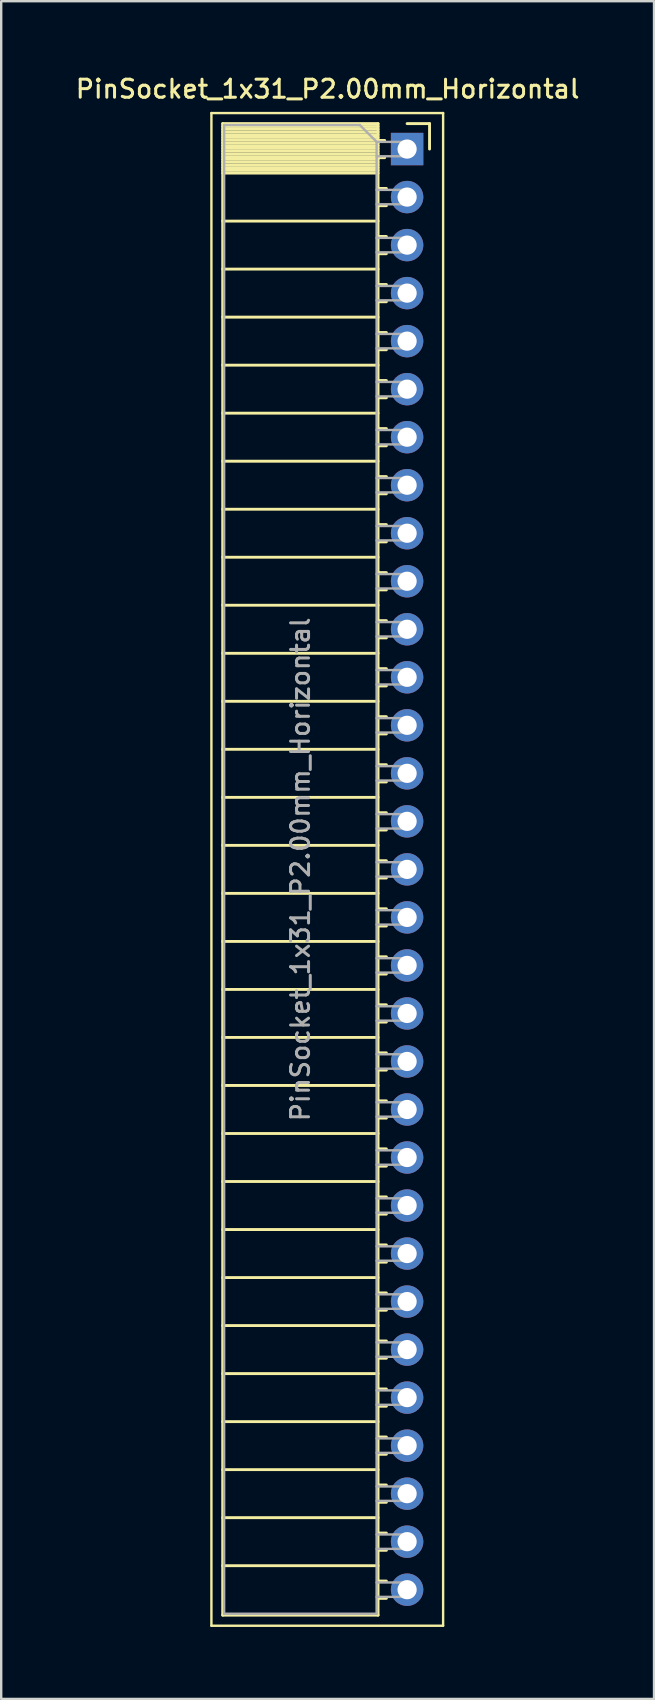
<source format=kicad_pcb>
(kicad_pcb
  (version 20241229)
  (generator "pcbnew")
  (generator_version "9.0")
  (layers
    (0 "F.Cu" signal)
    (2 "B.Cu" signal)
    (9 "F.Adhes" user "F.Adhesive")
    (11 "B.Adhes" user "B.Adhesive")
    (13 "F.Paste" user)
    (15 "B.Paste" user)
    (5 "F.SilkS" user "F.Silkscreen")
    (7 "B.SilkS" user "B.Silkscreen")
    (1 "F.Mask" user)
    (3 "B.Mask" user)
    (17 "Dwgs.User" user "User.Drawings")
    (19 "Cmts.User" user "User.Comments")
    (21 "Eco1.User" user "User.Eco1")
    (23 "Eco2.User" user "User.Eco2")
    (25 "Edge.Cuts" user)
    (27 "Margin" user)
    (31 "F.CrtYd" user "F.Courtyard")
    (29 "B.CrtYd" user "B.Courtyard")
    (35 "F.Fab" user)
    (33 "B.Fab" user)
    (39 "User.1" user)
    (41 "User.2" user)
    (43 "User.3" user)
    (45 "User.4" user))
  (footprint "PinSocket_1x31_P2.00mm_Horizontal"
    (layer "F.Cu")
    (at 13.905 3.158)
    (property "Reference" "PinSocket_1x31_P2.00mm_Horizontal" (at -3.31 -2.5 0) (layer "F.SilkS") (effects (font (size 0.75 0.75) (thickness 0.125))))
    (attr through_hole)
    (fp_line (start -8.15 -1.5) (end -8.15 61.5) (stroke (width 0.1) (type solid)) (layer "F.SilkS"))
    (fp_line (start -8.15 61.5) (end 1.5 61.5) (stroke (width 0.1) (type solid)) (layer "F.SilkS"))
    (fp_line (start -7.68 -1.06) (end -7.68 61.06) (stroke (width 0.12) (type solid)) (layer "F.SilkS"))
    (fp_line (start -7.68 -1.06) (end -1.21 -1.06) (stroke (width 0.12) (type solid)) (layer "F.SilkS"))
    (fp_line (start -7.68 -0.94) (end -1.21 -0.94) (stroke (width 0.12) (type solid)) (layer "F.SilkS"))
    (fp_line (start -7.68 -0.826) (end -1.21 -0.826) (stroke (width 0.12) (type solid)) (layer "F.SilkS"))
    (fp_line (start -7.68 -0.712) (end -1.21 -0.712) (stroke (width 0.12) (type solid)) (layer "F.SilkS"))
    (fp_line (start -7.68 -0.598) (end -1.21 -0.598) (stroke (width 0.12) (type solid)) (layer "F.SilkS"))
    (fp_line (start -7.68 -0.484) (end -1.21 -0.484) (stroke (width 0.12) (type solid)) (layer "F.SilkS"))
    (fp_line (start -7.68 -0.369) (end -1.21 -0.369) (stroke (width 0.12) (type solid)) (layer "F.SilkS"))
    (fp_line (start -7.68 -0.255) (end -1.21 -0.255) (stroke (width 0.12) (type solid)) (layer "F.SilkS"))
    (fp_line (start -7.68 -0.141) (end -1.21 -0.141) (stroke (width 0.12) (type solid)) (layer "F.SilkS"))
    (fp_line (start -7.68 -0.027) (end -1.21 -0.027) (stroke (width 0.12) (type solid)) (layer "F.SilkS"))
    (fp_line (start -7.68 0.087) (end -1.21 0.087) (stroke (width 0.12) (type solid)) (layer "F.SilkS"))
    (fp_line (start -7.68 0.201) (end -1.21 0.201) (stroke (width 0.12) (type solid)) (layer "F.SilkS"))
    (fp_line (start -7.68 0.315) (end -1.21 0.315) (stroke (width 0.12) (type solid)) (layer "F.SilkS"))
    (fp_line (start -7.68 0.429) (end -1.21 0.429) (stroke (width 0.12) (type solid)) (layer "F.SilkS"))
    (fp_line (start -7.68 0.544) (end -1.21 0.544) (stroke (width 0.12) (type solid)) (layer "F.SilkS"))
    (fp_line (start -7.68 0.658) (end -1.21 0.658) (stroke (width 0.12) (type solid)) (layer "F.SilkS"))
    (fp_line (start -7.68 0.772) (end -1.21 0.772) (stroke (width 0.12) (type solid)) (layer "F.SilkS"))
    (fp_line (start -7.68 0.886) (end -1.21 0.886) (stroke (width 0.12) (type solid)) (layer "F.SilkS"))
    (fp_line (start -7.68 1) (end -1.21 1) (stroke (width 0.12) (type solid)) (layer "F.SilkS"))
    (fp_line (start -7.68 3) (end -1.21 3) (stroke (width 0.12) (type solid)) (layer "F.SilkS"))
    (fp_line (start -7.68 5) (end -1.21 5) (stroke (width 0.12) (type solid)) (layer "F.SilkS"))
    (fp_line (start -7.68 7) (end -1.21 7) (stroke (width 0.12) (type solid)) (layer "F.SilkS"))
    (fp_line (start -7.68 9) (end -1.21 9) (stroke (width 0.12) (type solid)) (layer "F.SilkS"))
    (fp_line (start -7.68 11) (end -1.21 11) (stroke (width 0.12) (type solid)) (layer "F.SilkS"))
    (fp_line (start -7.68 13) (end -1.21 13) (stroke (width 0.12) (type solid)) (layer "F.SilkS"))
    (fp_line (start -7.68 15) (end -1.21 15) (stroke (width 0.12) (type solid)) (layer "F.SilkS"))
    (fp_line (start -7.68 17) (end -1.21 17) (stroke (width 0.12) (type solid)) (layer "F.SilkS"))
    (fp_line (start -7.68 19) (end -1.21 19) (stroke (width 0.12) (type solid)) (layer "F.SilkS"))
    (fp_line (start -7.68 21) (end -1.21 21) (stroke (width 0.12) (type solid)) (layer "F.SilkS"))
    (fp_line (start -7.68 23) (end -1.21 23) (stroke (width 0.12) (type solid)) (layer "F.SilkS"))
    (fp_line (start -7.68 25) (end -1.21 25) (stroke (width 0.12) (type solid)) (layer "F.SilkS"))
    (fp_line (start -7.68 27) (end -1.21 27) (stroke (width 0.12) (type solid)) (layer "F.SilkS"))
    (fp_line (start -7.68 29) (end -1.21 29) (stroke (width 0.12) (type solid)) (layer "F.SilkS"))
    (fp_line (start -7.68 31) (end -1.21 31) (stroke (width 0.12) (type solid)) (layer "F.SilkS"))
    (fp_line (start -7.68 33) (end -1.21 33) (stroke (width 0.12) (type solid)) (layer "F.SilkS"))
    (fp_line (start -7.68 35) (end -1.21 35) (stroke (width 0.12) (type solid)) (layer "F.SilkS"))
    (fp_line (start -7.68 37) (end -1.21 37) (stroke (width 0.12) (type solid)) (layer "F.SilkS"))
    (fp_line (start -7.68 39) (end -1.21 39) (stroke (width 0.12) (type solid)) (layer "F.SilkS"))
    (fp_line (start -7.68 41) (end -1.21 41) (stroke (width 0.12) (type solid)) (layer "F.SilkS"))
    (fp_line (start -7.68 43) (end -1.21 43) (stroke (width 0.12) (type solid)) (layer "F.SilkS"))
    (fp_line (start -7.68 45) (end -1.21 45) (stroke (width 0.12) (type solid)) (layer "F.SilkS"))
    (fp_line (start -7.68 47) (end -1.21 47) (stroke (width 0.12) (type solid)) (layer "F.SilkS"))
    (fp_line (start -7.68 49) (end -1.21 49) (stroke (width 0.12) (type solid)) (layer "F.SilkS"))
    (fp_line (start -7.68 51) (end -1.21 51) (stroke (width 0.12) (type solid)) (layer "F.SilkS"))
    (fp_line (start -7.68 53) (end -1.21 53) (stroke (width 0.12) (type solid)) (layer "F.SilkS"))
    (fp_line (start -7.68 55) (end -1.21 55) (stroke (width 0.12) (type solid)) (layer "F.SilkS"))
    (fp_line (start -7.68 57) (end -1.21 57) (stroke (width 0.12) (type solid)) (layer "F.SilkS"))
    (fp_line (start -7.68 59) (end -1.21 59) (stroke (width 0.12) (type solid)) (layer "F.SilkS"))
    (fp_line (start -7.68 61.06) (end -1.21 61.06) (stroke (width 0.12) (type solid)) (layer "F.SilkS"))
    (fp_line (start -1.21 -1.06) (end -1.21 61.06) (stroke (width 0.12) (type solid)) (layer "F.SilkS"))
    (fp_line (start -1.21 -0.36) (end -0.935 -0.36) (stroke (width 0.12) (type solid)) (layer "F.SilkS"))
    (fp_line (start -1.21 0.36) (end -0.935 0.36) (stroke (width 0.12) (type solid)) (layer "F.SilkS"))
    (fp_line (start -1.21 1.64) (end -0.863 1.64) (stroke (width 0.12) (type solid)) (layer "F.SilkS"))
    (fp_line (start -1.21 2.36) (end -0.863 2.36) (stroke (width 0.12) (type solid)) (layer "F.SilkS"))
    (fp_line (start -1.21 3.64) (end -0.863 3.64) (stroke (width 0.12) (type solid)) (layer "F.SilkS"))
    (fp_line (start -1.21 4.36) (end -0.863 4.36) (stroke (width 0.12) (type solid)) (layer "F.SilkS"))
    (fp_line (start -1.21 5.64) (end -0.863 5.64) (stroke (width 0.12) (type solid)) (layer "F.SilkS"))
    (fp_line (start -1.21 6.36) (end -0.863 6.36) (stroke (width 0.12) (type solid)) (layer "F.SilkS"))
    (fp_line (start -1.21 7.64) (end -0.863 7.64) (stroke (width 0.12) (type solid)) (layer "F.SilkS"))
    (fp_line (start -1.21 8.36) (end -0.863 8.36) (stroke (width 0.12) (type solid)) (layer "F.SilkS"))
    (fp_line (start -1.21 9.64) (end -0.863 9.64) (stroke (width 0.12) (type solid)) (layer "F.SilkS"))
    (fp_line (start -1.21 10.36) (end -0.863 10.36) (stroke (width 0.12) (type solid)) (layer "F.SilkS"))
    (fp_line (start -1.21 11.64) (end -0.863 11.64) (stroke (width 0.12) (type solid)) (layer "F.SilkS"))
    (fp_line (start -1.21 12.36) (end -0.863 12.36) (stroke (width 0.12) (type solid)) (layer "F.SilkS"))
    (fp_line (start -1.21 13.64) (end -0.863 13.64) (stroke (width 0.12) (type solid)) (layer "F.SilkS"))
    (fp_line (start -1.21 14.36) (end -0.863 14.36) (stroke (width 0.12) (type solid)) (layer "F.SilkS"))
    (fp_line (start -1.21 15.64) (end -0.863 15.64) (stroke (width 0.12) (type solid)) (layer "F.SilkS"))
    (fp_line (start -1.21 16.36) (end -0.863 16.36) (stroke (width 0.12) (type solid)) (layer "F.SilkS"))
    (fp_line (start -1.21 17.64) (end -0.863 17.64) (stroke (width 0.12) (type solid)) (layer "F.SilkS"))
    (fp_line (start -1.21 18.36) (end -0.863 18.36) (stroke (width 0.12) (type solid)) (layer "F.SilkS"))
    (fp_line (start -1.21 19.64) (end -0.863 19.64) (stroke (width 0.12) (type solid)) (layer "F.SilkS"))
    (fp_line (start -1.21 20.36) (end -0.863 20.36) (stroke (width 0.12) (type solid)) (layer "F.SilkS"))
    (fp_line (start -1.21 21.64) (end -0.863 21.64) (stroke (width 0.12) (type solid)) (layer "F.SilkS"))
    (fp_line (start -1.21 22.36) (end -0.863 22.36) (stroke (width 0.12) (type solid)) (layer "F.SilkS"))
    (fp_line (start -1.21 23.64) (end -0.863 23.64) (stroke (width 0.12) (type solid)) (layer "F.SilkS"))
    (fp_line (start -1.21 24.36) (end -0.863 24.36) (stroke (width 0.12) (type solid)) (layer "F.SilkS"))
    (fp_line (start -1.21 25.64) (end -0.863 25.64) (stroke (width 0.12) (type solid)) (layer "F.SilkS"))
    (fp_line (start -1.21 26.36) (end -0.863 26.36) (stroke (width 0.12) (type solid)) (layer "F.SilkS"))
    (fp_line (start -1.21 27.64) (end -0.863 27.64) (stroke (width 0.12) (type solid)) (layer "F.SilkS"))
    (fp_line (start -1.21 28.36) (end -0.863 28.36) (stroke (width 0.12) (type solid)) (layer "F.SilkS"))
    (fp_line (start -1.21 29.64) (end -0.863 29.64) (stroke (width 0.12) (type solid)) (layer "F.SilkS"))
    (fp_line (start -1.21 30.36) (end -0.863 30.36) (stroke (width 0.12) (type solid)) (layer "F.SilkS"))
    (fp_line (start -1.21 31.64) (end -0.863 31.64) (stroke (width 0.12) (type solid)) (layer "F.SilkS"))
    (fp_line (start -1.21 32.36) (end -0.863 32.36) (stroke (width 0.12) (type solid)) (layer "F.SilkS"))
    (fp_line (start -1.21 33.64) (end -0.863 33.64) (stroke (width 0.12) (type solid)) (layer "F.SilkS"))
    (fp_line (start -1.21 34.36) (end -0.863 34.36) (stroke (width 0.12) (type solid)) (layer "F.SilkS"))
    (fp_line (start -1.21 35.64) (end -0.863 35.64) (stroke (width 0.12) (type solid)) (layer "F.SilkS"))
    (fp_line (start -1.21 36.36) (end -0.863 36.36) (stroke (width 0.12) (type solid)) (layer "F.SilkS"))
    (fp_line (start -1.21 37.64) (end -0.863 37.64) (stroke (width 0.12) (type solid)) (layer "F.SilkS"))
    (fp_line (start -1.21 38.36) (end -0.863 38.36) (stroke (width 0.12) (type solid)) (layer "F.SilkS"))
    (fp_line (start -1.21 39.64) (end -0.863 39.64) (stroke (width 0.12) (type solid)) (layer "F.SilkS"))
    (fp_line (start -1.21 40.36) (end -0.863 40.36) (stroke (width 0.12) (type solid)) (layer "F.SilkS"))
    (fp_line (start -1.21 41.64) (end -0.863 41.64) (stroke (width 0.12) (type solid)) (layer "F.SilkS"))
    (fp_line (start -1.21 42.36) (end -0.863 42.36) (stroke (width 0.12) (type solid)) (layer "F.SilkS"))
    (fp_line (start -1.21 43.64) (end -0.863 43.64) (stroke (width 0.12) (type solid)) (layer "F.SilkS"))
    (fp_line (start -1.21 44.36) (end -0.863 44.36) (stroke (width 0.12) (type solid)) (layer "F.SilkS"))
    (fp_line (start -1.21 45.64) (end -0.863 45.64) (stroke (width 0.12) (type solid)) (layer "F.SilkS"))
    (fp_line (start -1.21 46.36) (end -0.863 46.36) (stroke (width 0.12) (type solid)) (layer "F.SilkS"))
    (fp_line (start -1.21 47.64) (end -0.863 47.64) (stroke (width 0.12) (type solid)) (layer "F.SilkS"))
    (fp_line (start -1.21 48.36) (end -0.863 48.36) (stroke (width 0.12) (type solid)) (layer "F.SilkS"))
    (fp_line (start -1.21 49.64) (end -0.863 49.64) (stroke (width 0.12) (type solid)) (layer "F.SilkS"))
    (fp_line (start -1.21 50.36) (end -0.863 50.36) (stroke (width 0.12) (type solid)) (layer "F.SilkS"))
    (fp_line (start -1.21 51.64) (end -0.863 51.64) (stroke (width 0.12) (type solid)) (layer "F.SilkS"))
    (fp_line (start -1.21 52.36) (end -0.863 52.36) (stroke (width 0.12) (type solid)) (layer "F.SilkS"))
    (fp_line (start -1.21 53.64) (end -0.863 53.64) (stroke (width 0.12) (type solid)) (layer "F.SilkS"))
    (fp_line (start -1.21 54.36) (end -0.863 54.36) (stroke (width 0.12) (type solid)) (layer "F.SilkS"))
    (fp_line (start -1.21 55.64) (end -0.863 55.64) (stroke (width 0.12) (type solid)) (layer "F.SilkS"))
    (fp_line (start -1.21 56.36) (end -0.863 56.36) (stroke (width 0.12) (type solid)) (layer "F.SilkS"))
    (fp_line (start -1.21 57.64) (end -0.863 57.64) (stroke (width 0.12) (type solid)) (layer "F.SilkS"))
    (fp_line (start -1.21 58.36) (end -0.863 58.36) (stroke (width 0.12) (type solid)) (layer "F.SilkS"))
    (fp_line (start -1.21 59.64) (end -0.863 59.64) (stroke (width 0.12) (type solid)) (layer "F.SilkS"))
    (fp_line (start -1.21 60.36) (end -0.863 60.36) (stroke (width 0.12) (type solid)) (layer "F.SilkS"))
    (fp_line (start 0 -1.06) (end 0.935 -1.06) (stroke (width 0.12) (type solid)) (layer "F.SilkS"))
    (fp_line (start 0.935 -1.06) (end 0.935 0) (stroke (width 0.12) (type solid)) (layer "F.SilkS"))
    (fp_line (start 1.5 -1.5) (end -8.15 -1.5) (stroke (width 0.1) (type solid)) (layer "F.SilkS"))
    (fp_line (start 1.5 61.5) (end 1.5 -1.5) (stroke (width 0.1) (type solid)) (layer "F.SilkS"))
    (fp_line (start -7.62 -1) (end -1.97 -1) (stroke (width 0.1) (type solid)) (layer "F.Fab"))
    (fp_line (start -7.62 61) (end -7.62 -1) (stroke (width 0.1) (type solid)) (layer "F.Fab"))
    (fp_line (start -1.97 -1) (end -1.27 -0.3) (stroke (width 0.1) (type solid)) (layer "F.Fab"))
    (fp_line (start -1.27 -0.3) (end -1.27 61) (stroke (width 0.1) (type solid)) (layer "F.Fab"))
    (fp_line (start -1.27 0.3) (end 0 0.3) (stroke (width 0.1) (type solid)) (layer "F.Fab"))
    (fp_line (start -1.27 2.3) (end 0 2.3) (stroke (width 0.1) (type solid)) (layer "F.Fab"))
    (fp_line (start -1.27 4.3) (end 0 4.3) (stroke (width 0.1) (type solid)) (layer "F.Fab"))
    (fp_line (start -1.27 6.3) (end 0 6.3) (stroke (width 0.1) (type solid)) (layer "F.Fab"))
    (fp_line (start -1.27 8.3) (end 0 8.3) (stroke (width 0.1) (type solid)) (layer "F.Fab"))
    (fp_line (start -1.27 10.3) (end 0 10.3) (stroke (width 0.1) (type solid)) (layer "F.Fab"))
    (fp_line (start -1.27 12.3) (end 0 12.3) (stroke (width 0.1) (type solid)) (layer "F.Fab"))
    (fp_line (start -1.27 14.3) (end 0 14.3) (stroke (width 0.1) (type solid)) (layer "F.Fab"))
    (fp_line (start -1.27 16.3) (end 0 16.3) (stroke (width 0.1) (type solid)) (layer "F.Fab"))
    (fp_line (start -1.27 18.3) (end 0 18.3) (stroke (width 0.1) (type solid)) (layer "F.Fab"))
    (fp_line (start -1.27 20.3) (end 0 20.3) (stroke (width 0.1) (type solid)) (layer "F.Fab"))
    (fp_line (start -1.27 22.3) (end 0 22.3) (stroke (width 0.1) (type solid)) (layer "F.Fab"))
    (fp_line (start -1.27 24.3) (end 0 24.3) (stroke (width 0.1) (type solid)) (layer "F.Fab"))
    (fp_line (start -1.27 26.3) (end 0 26.3) (stroke (width 0.1) (type solid)) (layer "F.Fab"))
    (fp_line (start -1.27 28.3) (end 0 28.3) (stroke (width 0.1) (type solid)) (layer "F.Fab"))
    (fp_line (start -1.27 30.3) (end 0 30.3) (stroke (width 0.1) (type solid)) (layer "F.Fab"))
    (fp_line (start -1.27 32.3) (end 0 32.3) (stroke (width 0.1) (type solid)) (layer "F.Fab"))
    (fp_line (start -1.27 34.3) (end 0 34.3) (stroke (width 0.1) (type solid)) (layer "F.Fab"))
    (fp_line (start -1.27 36.3) (end 0 36.3) (stroke (width 0.1) (type solid)) (layer "F.Fab"))
    (fp_line (start -1.27 38.3) (end 0 38.3) (stroke (width 0.1) (type solid)) (layer "F.Fab"))
    (fp_line (start -1.27 40.3) (end 0 40.3) (stroke (width 0.1) (type solid)) (layer "F.Fab"))
    (fp_line (start -1.27 42.3) (end 0 42.3) (stroke (width 0.1) (type solid)) (layer "F.Fab"))
    (fp_line (start -1.27 44.3) (end 0 44.3) (stroke (width 0.1) (type solid)) (layer "F.Fab"))
    (fp_line (start -1.27 46.3) (end 0 46.3) (stroke (width 0.1) (type solid)) (layer "F.Fab"))
    (fp_line (start -1.27 48.3) (end 0 48.3) (stroke (width 0.1) (type solid)) (layer "F.Fab"))
    (fp_line (start -1.27 50.3) (end 0 50.3) (stroke (width 0.1) (type solid)) (layer "F.Fab"))
    (fp_line (start -1.27 52.3) (end 0 52.3) (stroke (width 0.1) (type solid)) (layer "F.Fab"))
    (fp_line (start -1.27 54.3) (end 0 54.3) (stroke (width 0.1) (type solid)) (layer "F.Fab"))
    (fp_line (start -1.27 56.3) (end 0 56.3) (stroke (width 0.1) (type solid)) (layer "F.Fab"))
    (fp_line (start -1.27 58.3) (end 0 58.3) (stroke (width 0.1) (type solid)) (layer "F.Fab"))
    (fp_line (start -1.27 60.3) (end 0 60.3) (stroke (width 0.1) (type solid)) (layer "F.Fab"))
    (fp_line (start -1.27 61) (end -7.62 61) (stroke (width 0.1) (type solid)) (layer "F.Fab"))
    (fp_line (start 0 -0.3) (end -1.27 -0.3) (stroke (width 0.1) (type solid)) (layer "F.Fab"))
    (fp_line (start 0 0.3) (end 0 -0.3) (stroke (width 0.1) (type solid)) (layer "F.Fab"))
    (fp_line (start 0 1.7) (end -1.27 1.7) (stroke (width 0.1) (type solid)) (layer "F.Fab"))
    (fp_line (start 0 2.3) (end 0 1.7) (stroke (width 0.1) (type solid)) (layer "F.Fab"))
    (fp_line (start 0 3.7) (end -1.27 3.7) (stroke (width 0.1) (type solid)) (layer "F.Fab"))
    (fp_line (start 0 4.3) (end 0 3.7) (stroke (width 0.1) (type solid)) (layer "F.Fab"))
    (fp_line (start 0 5.7) (end -1.27 5.7) (stroke (width 0.1) (type solid)) (layer "F.Fab"))
    (fp_line (start 0 6.3) (end 0 5.7) (stroke (width 0.1) (type solid)) (layer "F.Fab"))
    (fp_line (start 0 7.7) (end -1.27 7.7) (stroke (width 0.1) (type solid)) (layer "F.Fab"))
    (fp_line (start 0 8.3) (end 0 7.7) (stroke (width 0.1) (type solid)) (layer "F.Fab"))
    (fp_line (start 0 9.7) (end -1.27 9.7) (stroke (width 0.1) (type solid)) (layer "F.Fab"))
    (fp_line (start 0 10.3) (end 0 9.7) (stroke (width 0.1) (type solid)) (layer "F.Fab"))
    (fp_line (start 0 11.7) (end -1.27 11.7) (stroke (width 0.1) (type solid)) (layer "F.Fab"))
    (fp_line (start 0 12.3) (end 0 11.7) (stroke (width 0.1) (type solid)) (layer "F.Fab"))
    (fp_line (start 0 13.7) (end -1.27 13.7) (stroke (width 0.1) (type solid)) (layer "F.Fab"))
    (fp_line (start 0 14.3) (end 0 13.7) (stroke (width 0.1) (type solid)) (layer "F.Fab"))
    (fp_line (start 0 15.7) (end -1.27 15.7) (stroke (width 0.1) (type solid)) (layer "F.Fab"))
    (fp_line (start 0 16.3) (end 0 15.7) (stroke (width 0.1) (type solid)) (layer "F.Fab"))
    (fp_line (start 0 17.7) (end -1.27 17.7) (stroke (width 0.1) (type solid)) (layer "F.Fab"))
    (fp_line (start 0 18.3) (end 0 17.7) (stroke (width 0.1) (type solid)) (layer "F.Fab"))
    (fp_line (start 0 19.7) (end -1.27 19.7) (stroke (width 0.1) (type solid)) (layer "F.Fab"))
    (fp_line (start 0 20.3) (end 0 19.7) (stroke (width 0.1) (type solid)) (layer "F.Fab"))
    (fp_line (start 0 21.7) (end -1.27 21.7) (stroke (width 0.1) (type solid)) (layer "F.Fab"))
    (fp_line (start 0 22.3) (end 0 21.7) (stroke (width 0.1) (type solid)) (layer "F.Fab"))
    (fp_line (start 0 23.7) (end -1.27 23.7) (stroke (width 0.1) (type solid)) (layer "F.Fab"))
    (fp_line (start 0 24.3) (end 0 23.7) (stroke (width 0.1) (type solid)) (layer "F.Fab"))
    (fp_line (start 0 25.7) (end -1.27 25.7) (stroke (width 0.1) (type solid)) (layer "F.Fab"))
    (fp_line (start 0 26.3) (end 0 25.7) (stroke (width 0.1) (type solid)) (layer "F.Fab"))
    (fp_line (start 0 27.7) (end -1.27 27.7) (stroke (width 0.1) (type solid)) (layer "F.Fab"))
    (fp_line (start 0 28.3) (end 0 27.7) (stroke (width 0.1) (type solid)) (layer "F.Fab"))
    (fp_line (start 0 29.7) (end -1.27 29.7) (stroke (width 0.1) (type solid)) (layer "F.Fab"))
    (fp_line (start 0 30.3) (end 0 29.7) (stroke (width 0.1) (type solid)) (layer "F.Fab"))
    (fp_line (start 0 31.7) (end -1.27 31.7) (stroke (width 0.1) (type solid)) (layer "F.Fab"))
    (fp_line (start 0 32.3) (end 0 31.7) (stroke (width 0.1) (type solid)) (layer "F.Fab"))
    (fp_line (start 0 33.7) (end -1.27 33.7) (stroke (width 0.1) (type solid)) (layer "F.Fab"))
    (fp_line (start 0 34.3) (end 0 33.7) (stroke (width 0.1) (type solid)) (layer "F.Fab"))
    (fp_line (start 0 35.7) (end -1.27 35.7) (stroke (width 0.1) (type solid)) (layer "F.Fab"))
    (fp_line (start 0 36.3) (end 0 35.7) (stroke (width 0.1) (type solid)) (layer "F.Fab"))
    (fp_line (start 0 37.7) (end -1.27 37.7) (stroke (width 0.1) (type solid)) (layer "F.Fab"))
    (fp_line (start 0 38.3) (end 0 37.7) (stroke (width 0.1) (type solid)) (layer "F.Fab"))
    (fp_line (start 0 39.7) (end -1.27 39.7) (stroke (width 0.1) (type solid)) (layer "F.Fab"))
    (fp_line (start 0 40.3) (end 0 39.7) (stroke (width 0.1) (type solid)) (layer "F.Fab"))
    (fp_line (start 0 41.7) (end -1.27 41.7) (stroke (width 0.1) (type solid)) (layer "F.Fab"))
    (fp_line (start 0 42.3) (end 0 41.7) (stroke (width 0.1) (type solid)) (layer "F.Fab"))
    (fp_line (start 0 43.7) (end -1.27 43.7) (stroke (width 0.1) (type solid)) (layer "F.Fab"))
    (fp_line (start 0 44.3) (end 0 43.7) (stroke (width 0.1) (type solid)) (layer "F.Fab"))
    (fp_line (start 0 45.7) (end -1.27 45.7) (stroke (width 0.1) (type solid)) (layer "F.Fab"))
    (fp_line (start 0 46.3) (end 0 45.7) (stroke (width 0.1) (type solid)) (layer "F.Fab"))
    (fp_line (start 0 47.7) (end -1.27 47.7) (stroke (width 0.1) (type solid)) (layer "F.Fab"))
    (fp_line (start 0 48.3) (end 0 47.7) (stroke (width 0.1) (type solid)) (layer "F.Fab"))
    (fp_line (start 0 49.7) (end -1.27 49.7) (stroke (width 0.1) (type solid)) (layer "F.Fab"))
    (fp_line (start 0 50.3) (end 0 49.7) (stroke (width 0.1) (type solid)) (layer "F.Fab"))
    (fp_line (start 0 51.7) (end -1.27 51.7) (stroke (width 0.1) (type solid)) (layer "F.Fab"))
    (fp_line (start 0 52.3) (end 0 51.7) (stroke (width 0.1) (type solid)) (layer "F.Fab"))
    (fp_line (start 0 53.7) (end -1.27 53.7) (stroke (width 0.1) (type solid)) (layer "F.Fab"))
    (fp_line (start 0 54.3) (end 0 53.7) (stroke (width 0.1) (type solid)) (layer "F.Fab"))
    (fp_line (start 0 55.7) (end -1.27 55.7) (stroke (width 0.1) (type solid)) (layer "F.Fab"))
    (fp_line (start 0 56.3) (end 0 55.7) (stroke (width 0.1) (type solid)) (layer "F.Fab"))
    (fp_line (start 0 57.7) (end -1.27 57.7) (stroke (width 0.1) (type solid)) (layer "F.Fab"))
    (fp_line (start 0 58.3) (end 0 57.7) (stroke (width 0.1) (type solid)) (layer "F.Fab"))
    (fp_line (start 0 59.7) (end -1.27 59.7) (stroke (width 0.1) (type solid)) (layer "F.Fab"))
    (fp_line (start 0 60.3) (end 0 59.7) (stroke (width 0.1) (type solid)) (layer "F.Fab"))
    (fp_text user "${REFERENCE}" (at -4.445 30 90) (layer "F.Fab") (effects (font (size 0.75 0.75) (thickness 0.125))))
    (pad "1" thru_hole rect (at 0 0) (size 1.35 1.35) (drill 0.8) (layers "*.Cu" "*.Mask"))
    (pad "2" thru_hole oval (at 0 2) (size 1.35 1.35) (drill 0.8) (layers "*.Cu" "*.Mask"))
    (pad "3" thru_hole oval (at 0 4) (size 1.35 1.35) (drill 0.8) (layers "*.Cu" "*.Mask"))
    (pad "4" thru_hole oval (at 0 6) (size 1.35 1.35) (drill 0.8) (layers "*.Cu" "*.Mask"))
    (pad "5" thru_hole oval (at 0 8) (size 1.35 1.35) (drill 0.8) (layers "*.Cu" "*.Mask"))
    (pad "6" thru_hole oval (at 0 10) (size 1.35 1.35) (drill 0.8) (layers "*.Cu" "*.Mask"))
    (pad "7" thru_hole oval (at 0 12) (size 1.35 1.35) (drill 0.8) (layers "*.Cu" "*.Mask"))
    (pad "8" thru_hole oval (at 0 14) (size 1.35 1.35) (drill 0.8) (layers "*.Cu" "*.Mask"))
    (pad "9" thru_hole oval (at 0 16) (size 1.35 1.35) (drill 0.8) (layers "*.Cu" "*.Mask"))
    (pad "10" thru_hole oval (at 0 18) (size 1.35 1.35) (drill 0.8) (layers "*.Cu" "*.Mask"))
    (pad "11" thru_hole oval (at 0 20) (size 1.35 1.35) (drill 0.8) (layers "*.Cu" "*.Mask"))
    (pad "12" thru_hole oval (at 0 22) (size 1.35 1.35) (drill 0.8) (layers "*.Cu" "*.Mask"))
    (pad "13" thru_hole oval (at 0 24) (size 1.35 1.35) (drill 0.8) (layers "*.Cu" "*.Mask"))
    (pad "14" thru_hole oval (at 0 26) (size 1.35 1.35) (drill 0.8) (layers "*.Cu" "*.Mask"))
    (pad "15" thru_hole oval (at 0 28) (size 1.35 1.35) (drill 0.8) (layers "*.Cu" "*.Mask"))
    (pad "16" thru_hole oval (at 0 30) (size 1.35 1.35) (drill 0.8) (layers "*.Cu" "*.Mask"))
    (pad "17" thru_hole oval (at 0 32) (size 1.35 1.35) (drill 0.8) (layers "*.Cu" "*.Mask"))
    (pad "18" thru_hole oval (at 0 34) (size 1.35 1.35) (drill 0.8) (layers "*.Cu" "*.Mask"))
    (pad "19" thru_hole oval (at 0 36) (size 1.35 1.35) (drill 0.8) (layers "*.Cu" "*.Mask"))
    (pad "20" thru_hole oval (at 0 38) (size 1.35 1.35) (drill 0.8) (layers "*.Cu" "*.Mask"))
    (pad "21" thru_hole oval (at 0 40) (size 1.35 1.35) (drill 0.8) (layers "*.Cu" "*.Mask"))
    (pad "22" thru_hole oval (at 0 42) (size 1.35 1.35) (drill 0.8) (layers "*.Cu" "*.Mask"))
    (pad "23" thru_hole oval (at 0 44) (size 1.35 1.35) (drill 0.8) (layers "*.Cu" "*.Mask"))
    (pad "24" thru_hole oval (at 0 46) (size 1.35 1.35) (drill 0.8) (layers "*.Cu" "*.Mask"))
    (pad "25" thru_hole oval (at 0 48) (size 1.35 1.35) (drill 0.8) (layers "*.Cu" "*.Mask"))
    (pad "26" thru_hole oval (at 0 50) (size 1.35 1.35) (drill 0.8) (layers "*.Cu" "*.Mask"))
    (pad "27" thru_hole oval (at 0 52) (size 1.35 1.35) (drill 0.8) (layers "*.Cu" "*.Mask"))
    (pad "28" thru_hole oval (at 0 54) (size 1.35 1.35) (drill 0.8) (layers "*.Cu" "*.Mask"))
    (pad "29" thru_hole oval (at 0 56) (size 1.35 1.35) (drill 0.8) (layers "*.Cu" "*.Mask"))
    (pad "30" thru_hole oval (at 0 58) (size 1.35 1.35) (drill 0.8) (layers "*.Cu" "*.Mask"))
    (pad "31" thru_hole oval (at 0 60) (size 1.35 1.35) (drill 0.8) (layers "*.Cu" "*.Mask")))
  (gr_rect
    (start -3 -3)
    (end 24.189 67.708)
    (stroke (width 0.1) (type default))
    (fill no)
    (layer "Edge.Cuts")))
</source>
